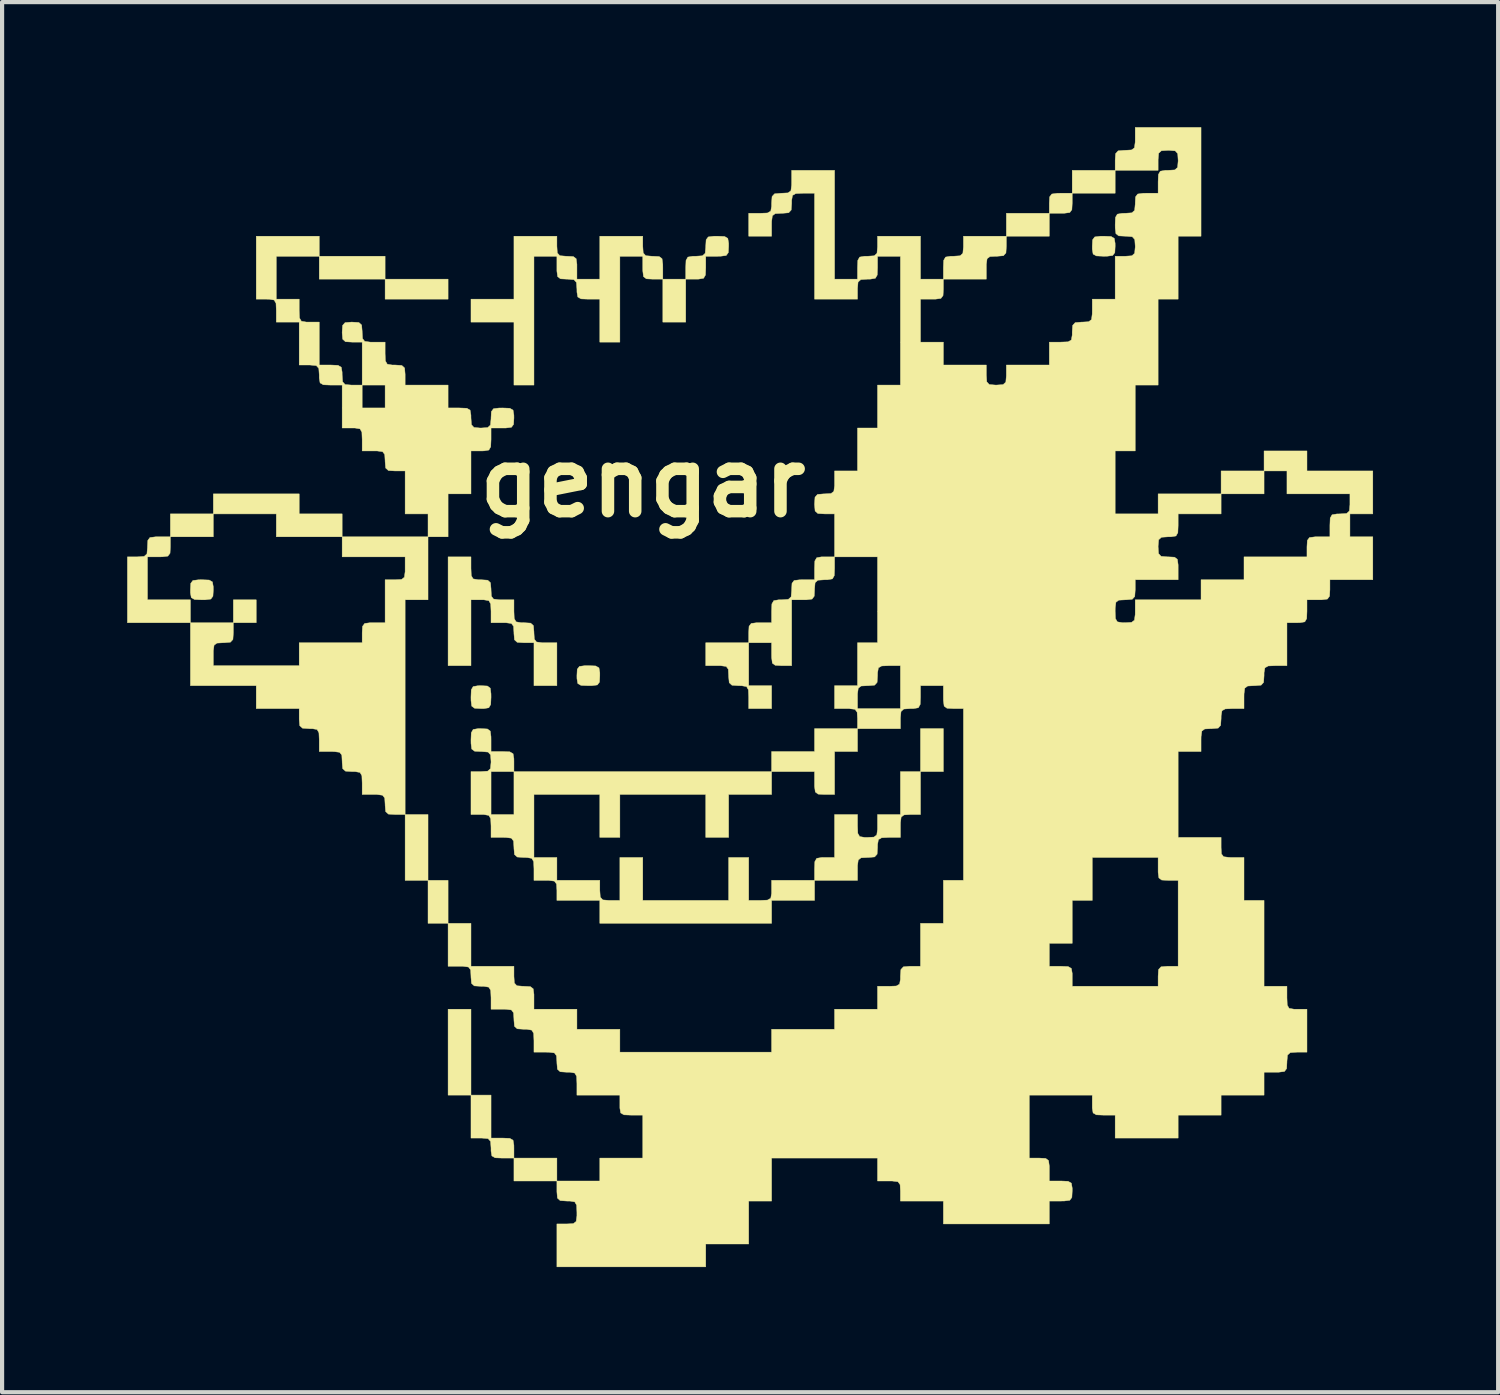
<source format=kicad_pcb>
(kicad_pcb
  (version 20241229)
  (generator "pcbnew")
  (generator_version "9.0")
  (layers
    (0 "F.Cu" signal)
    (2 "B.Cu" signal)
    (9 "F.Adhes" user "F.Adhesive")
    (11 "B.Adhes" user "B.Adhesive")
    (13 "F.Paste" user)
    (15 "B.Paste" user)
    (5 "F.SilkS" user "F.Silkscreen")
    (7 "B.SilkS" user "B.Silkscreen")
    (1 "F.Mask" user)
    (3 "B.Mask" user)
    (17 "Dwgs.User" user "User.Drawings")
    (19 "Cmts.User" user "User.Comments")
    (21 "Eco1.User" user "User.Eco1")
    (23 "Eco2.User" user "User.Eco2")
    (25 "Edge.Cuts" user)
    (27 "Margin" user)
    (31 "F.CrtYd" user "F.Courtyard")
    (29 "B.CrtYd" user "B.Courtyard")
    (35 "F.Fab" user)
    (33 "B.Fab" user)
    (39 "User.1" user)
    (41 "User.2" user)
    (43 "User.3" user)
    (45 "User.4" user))
  (footprint "gengar"
    (layer "F.Cu")
    (at 14.902 13.597)
    (property "Reference" "gengar" (at -2.54 -5.08 0) (layer "F.SilkS") (effects (font (size 1.524 1.524) (thickness 0.3))))
    (attr through_hole)
    (fp_poly (pts (xy -11.808 -1.716) (xy -12.357 -1.716) (xy -12.357 -2.265) (xy -11.808 -2.265) (xy -11.808 -1.716)) (stroke (width 0.01) (type solid)) (fill yes) (layer "F.SilkS"))
    (fp_poly (pts (xy -8.718 -9.954) (xy -10.297 -9.954) (xy -10.297 -10.503) (xy -8.718 -10.503) (xy -8.718 -9.954)) (stroke (width 0.01) (type solid)) (fill yes) (layer "F.SilkS"))
    (fp_poly (pts (xy -7.689 4.462) (xy -8.238 4.462) (xy -8.238 2.883) (xy -7.689 2.883) (xy -7.689 4.462)) (stroke (width 0.01) (type solid)) (fill yes) (layer "F.SilkS"))
    (fp_poly (pts (xy -7.208 -9.474) (xy -8.718 -9.474) (xy -8.718 -9.954) (xy -7.208 -9.954) (xy -7.208 -9.474)) (stroke (width 0.01) (type solid)) (fill yes) (layer "F.SilkS"))
    (fp_poly (pts (xy -7.208 5.492) (xy -7.689 5.492) (xy -7.689 4.462) (xy -7.208 4.462) (xy -7.208 5.492)) (stroke (width 0.01) (type solid)) (fill yes) (layer "F.SilkS"))
    (fp_poly (pts (xy -6.659 9.611) (xy -7.208 9.611) (xy -7.208 7.551) (xy -6.659 7.551) (xy -6.659 9.611)) (stroke (width 0.01) (type solid)) (fill yes) (layer "F.SilkS"))
    (fp_poly (pts (xy -4.599 11.67) (xy -5.629 11.67) (xy -5.629 11.121) (xy -4.599 11.121) (xy -4.599 11.67)) (stroke (width 0.01) (type solid)) (fill yes) (layer "F.SilkS"))
    (fp_poly (pts (xy -1.51 -8.924) (xy -2.059 -8.924) (xy -2.059 -9.954) (xy -1.51 -9.954) (xy -1.51 -8.924)) (stroke (width 0.01) (type solid)) (fill yes) (layer "F.SilkS"))
    (fp_poly (pts (xy 4.668 1.854) (xy 4.119 1.854) (xy 4.119 0.824) (xy 4.668 0.824) (xy 4.668 1.854)) (stroke (width 0.01) (type solid)) (fill yes) (layer "F.SilkS"))
    (fp_poly (pts (xy 2.609 1.373) (xy 2.059 1.373) (xy 2.059 2.403) (xy 1.819 2.403) (xy 1.665 2.394) (xy 1.597 2.343) (xy 1.579 2.209) (xy 1.579 2.128) (xy 1.579 1.854) (xy 0.549 1.854) (xy 0.549 1.373) (xy 1.579 1.373) (xy 1.579 0.824) (xy 2.609 0.824) (xy 2.609 1.373)) (stroke (width 0.01) (type solid)) (fill yes) (layer "F.SilkS"))
    (fp_poly (pts (xy -12.936 -2.739) (xy -12.858 -2.694) (xy -12.838 -2.577) (xy -12.837 -2.506) (xy -12.846 -2.352) (xy -12.897 -2.283) (xy -13.031 -2.266) (xy -13.112 -2.265) (xy -13.288 -2.273) (xy -13.366 -2.318) (xy -13.386 -2.435) (xy -13.386 -2.506) (xy -13.378 -2.66) (xy -13.327 -2.728) (xy -13.193 -2.745) (xy -13.112 -2.746) (xy -12.936 -2.739)) (stroke (width 0.01) (type solid)) (fill yes) (layer "F.SilkS"))
    (fp_poly (pts (xy -6.265 -0.198) (xy -6.196 -0.146) (xy -6.179 -0.012) (xy -6.178 0.069) (xy -6.186 0.244) (xy -6.231 0.323) (xy -6.348 0.343) (xy -6.419 0.343) (xy -6.572 0.335) (xy -6.641 0.284) (xy -6.658 0.15) (xy -6.659 0.069) (xy -6.652 -0.107) (xy -6.607 -0.185) (xy -6.49 -0.205) (xy -6.419 -0.206) (xy -6.265 -0.198)) (stroke (width 0.01) (type solid)) (fill yes) (layer "F.SilkS"))
    (fp_poly (pts (xy -3.669 -0.679) (xy -3.59 -0.634) (xy -3.57 -0.517) (xy -3.57 -0.446) (xy -3.578 -0.292) (xy -3.629 -0.224) (xy -3.763 -0.206) (xy -3.844 -0.206) (xy -4.02 -0.213) (xy -4.098 -0.258) (xy -4.118 -0.375) (xy -4.119 -0.446) (xy -4.111 -0.6) (xy -4.059 -0.668) (xy -3.925 -0.686) (xy -3.844 -0.686) (xy -3.669 -0.679)) (stroke (width 0.01) (type solid)) (fill yes) (layer "F.SilkS"))
    (fp_poly (pts (xy 8.688 -10.977) (xy 8.766 -10.932) (xy 8.786 -10.814) (xy 8.787 -10.744) (xy 8.779 -10.59) (xy 8.727 -10.521) (xy 8.593 -10.504) (xy 8.512 -10.503) (xy 8.337 -10.511) (xy 8.258 -10.555) (xy 8.238 -10.673) (xy 8.238 -10.744) (xy 8.246 -10.897) (xy 8.297 -10.966) (xy 8.431 -10.983) (xy 8.512 -10.984) (xy 8.688 -10.977)) (stroke (width 0.01) (type solid)) (fill yes) (layer "F.SilkS"))
    (fp_poly (pts (xy -6.178 10.641) (xy -5.904 10.641) (xy -5.728 10.648) (xy -5.65 10.693) (xy -5.63 10.81) (xy -5.629 10.881) (xy -5.629 11.121) (xy -5.904 11.121) (xy -6.08 11.114) (xy -6.158 11.069) (xy -6.178 10.952) (xy -6.178 10.881) (xy -6.189 10.72) (xy -6.249 10.654) (xy -6.4 10.641) (xy -6.419 10.641) (xy -6.659 10.641) (xy -6.659 9.611) (xy -6.178 9.611) (xy -6.178 10.641)) (stroke (width 0.01) (type solid)) (fill yes) (layer "F.SilkS"))
    (fp_poly (pts (xy 0 -0.206) (xy 0.549 -0.206) (xy 0.549 0.343) (xy 0 0.343) (xy 0 0.069) (xy -0.007 -0.107) (xy -0.052 -0.185) (xy -0.169 -0.205) (xy -0.24 -0.206) (xy -0.401 -0.217) (xy -0.467 -0.277) (xy -0.481 -0.428) (xy -0.481 -0.446) (xy -0.489 -0.6) (xy -0.54 -0.668) (xy -0.674 -0.686) (xy -0.755 -0.686) (xy -1.03 -0.686) (xy -1.03 -1.236) (xy 0 -1.236) (xy 0 -0.206)) (stroke (width 0.01) (type solid)) (fill yes) (layer "F.SilkS"))
    (fp_poly (pts (xy -0.579 -10.977) (xy -0.501 -10.932) (xy -0.481 -10.814) (xy -0.481 -10.744) (xy -0.489 -10.59) (xy -0.54 -10.521) (xy -0.674 -10.504) (xy -0.755 -10.503) (xy -1.03 -10.503) (xy -1.03 -10.229) (xy -1.037 -10.053) (xy -1.082 -9.975) (xy -1.199 -9.955) (xy -1.27 -9.954) (xy -1.51 -9.954) (xy -1.51 -10.229) (xy -1.503 -10.404) (xy -1.458 -10.483) (xy -1.341 -10.503) (xy -1.27 -10.503) (xy -1.109 -10.514) (xy -1.043 -10.574) (xy -1.03 -10.725) (xy -1.03 -10.744) (xy -1.021 -10.897) (xy -0.97 -10.966) (xy -0.836 -10.983) (xy -0.755 -10.984) (xy -0.579 -10.977)) (stroke (width 0.01) (type solid)) (fill yes) (layer "F.SilkS"))
    (fp_poly (pts (xy 4.119 2.883) (xy 3.879 2.883) (xy 3.725 2.892) (xy 3.656 2.943) (xy 3.639 3.077) (xy 3.638 3.158) (xy 3.638 3.432) (xy 3.364 3.432) (xy 3.188 3.44) (xy 3.11 3.485) (xy 3.09 3.602) (xy 3.089 3.673) (xy 3.079 3.834) (xy 3.019 3.9) (xy 2.867 3.913) (xy 2.849 3.913) (xy 2.695 3.921) (xy 2.627 3.973) (xy 2.609 4.107) (xy 2.609 4.188) (xy 2.609 4.462) (xy 1.579 4.462) (xy 1.579 4.188) (xy 1.586 4.012) (xy 1.631 3.934) (xy 1.748 3.914) (xy 1.819 3.913) (xy 2.059 3.913) (xy 2.059 2.883) (xy 2.609 2.883) (xy 2.609 3.158) (xy 2.616 3.334) (xy 2.661 3.412) (xy 2.778 3.432) (xy 2.849 3.432) (xy 3.003 3.424) (xy 3.071 3.373) (xy 3.089 3.239) (xy 3.089 3.158) (xy 3.089 2.883) (xy 3.638 2.883) (xy 3.638 1.854) (xy 4.119 1.854) (xy 4.119 2.883)) (stroke (width 0.01) (type solid)) (fill yes) (layer "F.SilkS"))
    (fp_poly (pts (xy 0 -1.476) (xy 0.008 -1.63) (xy 0.06 -1.698) (xy 0.194 -1.716) (xy 0.275 -1.716) (xy 0.549 -1.716) (xy 0.549 -1.991) (xy 0.556 -2.167) (xy 0.601 -2.245) (xy 0.719 -2.265) (xy 0.789 -2.265) (xy 0.95 -2.276) (xy 1.017 -2.336) (xy 1.03 -2.487) (xy 1.03 -2.506) (xy 1.038 -2.66) (xy 1.089 -2.728) (xy 1.223 -2.745) (xy 1.304 -2.746) (xy 1.579 -2.746) (xy 1.579 -3.021) (xy 1.586 -3.196) (xy 1.631 -3.274) (xy 1.748 -3.295) (xy 1.819 -3.295) (xy 2.059 -3.295) (xy 2.059 -3.021) (xy 2.052 -2.845) (xy 2.007 -2.767) (xy 1.89 -2.747) (xy 1.819 -2.746) (xy 1.658 -2.735) (xy 1.592 -2.675) (xy 1.579 -2.524) (xy 1.579 -2.506) (xy 1.571 -2.352) (xy 1.519 -2.283) (xy 1.385 -2.266) (xy 1.304 -2.265) (xy 1.03 -2.265) (xy 1.03 -0.686) (xy 0.789 -0.686) (xy 0.636 -0.695) (xy 0.567 -0.746) (xy 0.55 -0.88) (xy 0.549 -0.961) (xy 0.549 -1.236) (xy 0 -1.236) (xy 0 -1.476)) (stroke (width 0.01) (type solid)) (fill yes) (layer "F.SilkS"))
    (fp_poly (pts (xy -6.659 -3.021) (xy -6.652 -2.845) (xy -6.607 -2.767) (xy -6.49 -2.747) (xy -6.419 -2.746) (xy -6.258 -2.735) (xy -6.192 -2.675) (xy -6.178 -2.524) (xy -6.178 -2.506) (xy -6.17 -2.352) (xy -6.119 -2.283) (xy -5.985 -2.266) (xy -5.904 -2.265) (xy -5.629 -2.265) (xy -5.629 -1.991) (xy -5.622 -1.815) (xy -5.577 -1.737) (xy -5.46 -1.717) (xy -5.389 -1.716) (xy -5.228 -1.706) (xy -5.162 -1.646) (xy -5.149 -1.494) (xy -5.149 -1.476) (xy -5.14 -1.322) (xy -5.089 -1.254) (xy -4.955 -1.236) (xy -4.874 -1.236) (xy -4.599 -1.236) (xy -4.599 -0.206) (xy -5.149 -0.206) (xy -5.149 -1.236) (xy -5.389 -1.236) (xy -5.55 -1.246) (xy -5.616 -1.306) (xy -5.629 -1.458) (xy -5.629 -1.476) (xy -5.638 -1.63) (xy -5.689 -1.698) (xy -5.823 -1.716) (xy -5.904 -1.716) (xy -6.178 -1.716) (xy -6.178 -1.991) (xy -6.186 -2.167) (xy -6.231 -2.245) (xy -6.348 -2.265) (xy -6.419 -2.265) (xy -6.659 -2.265) (xy -6.659 -0.686) (xy -7.208 -0.686) (xy -7.208 -3.295) (xy -6.659 -3.295) (xy -6.659 -3.021)) (stroke (width 0.01) (type solid)) (fill yes) (layer "F.SilkS"))
    (fp_poly (pts (xy -4.599 -10.744) (xy -4.589 -10.582) (xy -4.529 -10.516) (xy -4.377 -10.503) (xy -4.359 -10.503) (xy -4.205 -10.495) (xy -4.137 -10.444) (xy -4.119 -10.31) (xy -4.119 -10.229) (xy -4.119 -9.954) (xy -3.57 -9.954) (xy -3.57 -10.984) (xy -2.54 -10.984) (xy -2.54 -10.744) (xy -2.529 -10.582) (xy -2.469 -10.516) (xy -2.318 -10.503) (xy -2.3 -10.503) (xy -2.146 -10.495) (xy -2.078 -10.444) (xy -2.06 -10.31) (xy -2.059 -10.229) (xy -2.059 -9.954) (xy -2.3 -9.954) (xy -2.454 -9.962) (xy -2.522 -10.014) (xy -2.539 -10.148) (xy -2.54 -10.229) (xy -2.54 -10.503) (xy -3.089 -10.503) (xy -3.089 -8.444) (xy -3.57 -8.444) (xy -3.57 -9.474) (xy -3.844 -9.474) (xy -4.02 -9.481) (xy -4.098 -9.526) (xy -4.118 -9.643) (xy -4.119 -9.714) (xy -4.13 -9.875) (xy -4.19 -9.941) (xy -4.341 -9.954) (xy -4.359 -9.954) (xy -4.513 -9.962) (xy -4.581 -10.014) (xy -4.599 -10.148) (xy -4.599 -10.229) (xy -4.599 -10.503) (xy -5.149 -10.503) (xy -5.149 -7.414) (xy -5.629 -7.414) (xy -5.629 -8.924) (xy -6.659 -8.924) (xy -6.659 -9.474) (xy -5.629 -9.474) (xy -5.629 -10.984) (xy -4.599 -10.984) (xy -4.599 -10.744)) (stroke (width 0.01) (type solid)) (fill yes) (layer "F.SilkS"))
    (fp_poly (pts (xy 0.549 1.854) (xy 0.549 2.403) (xy -0.481 2.403) (xy -0.481 3.432) (xy -1.03 3.432) (xy -1.03 2.403) (xy -3.089 2.403) (xy -3.089 3.432) (xy -3.57 3.432) (xy -3.57 2.403) (xy -5.149 2.403) (xy -5.149 3.913) (xy -4.599 3.913) (xy -4.599 4.462) (xy -3.57 4.462) (xy -3.57 4.702) (xy -3.559 4.863) (xy -3.499 4.93) (xy -3.348 4.943) (xy -3.329 4.943) (xy -3.089 4.943) (xy -3.089 3.913) (xy -2.54 3.913) (xy -2.54 4.943) (xy -0.481 4.943) (xy -0.481 3.913) (xy 0 3.913) (xy 0 4.943) (xy 0.275 4.943) (xy 0.45 4.935) (xy 0.529 4.891) (xy 0.549 4.773) (xy 0.549 4.702) (xy 0.549 4.462) (xy 1.579 4.462) (xy 1.579 4.943) (xy 0.549 4.943) (xy 0.549 5.492) (xy -3.57 5.492) (xy -3.57 4.943) (xy -4.599 4.943) (xy -4.599 4.702) (xy -4.608 4.549) (xy -4.659 4.48) (xy -4.793 4.463) (xy -4.874 4.462) (xy -5.149 4.462) (xy -5.149 4.188) (xy -5.156 4.012) (xy -5.201 3.934) (xy -5.318 3.914) (xy -5.389 3.913) (xy -5.55 3.902) (xy -5.616 3.842) (xy -5.629 3.691) (xy -5.629 3.673) (xy -5.638 3.519) (xy -5.689 3.45) (xy -5.823 3.433) (xy -5.904 3.432) (xy -6.178 3.432) (xy -6.178 3.158) (xy -6.186 2.982) (xy -6.231 2.904) (xy -6.348 2.884) (xy -6.419 2.883) (xy -6.659 2.883) (xy -6.659 1.854) (xy -6.419 1.854) (xy -6.178 1.854) (xy -6.178 2.883) (xy -5.629 2.883) (xy -5.629 1.854) (xy -6.178 1.854) (xy -6.419 1.854) (xy -6.258 1.843) (xy -6.192 1.783) (xy -6.178 1.632) (xy -6.178 1.613) (xy -6.189 1.452) (xy -6.249 1.386) (xy -6.4 1.373) (xy -6.419 1.373) (xy -6.572 1.365) (xy -6.641 1.313) (xy -6.658 1.179) (xy -6.659 1.098) (xy -6.652 0.923) (xy -6.607 0.844) (xy -6.49 0.824) (xy -6.419 0.824) (xy -6.265 0.832) (xy -6.196 0.883) (xy -6.179 1.017) (xy -6.178 1.098) (xy -6.178 1.373) (xy -5.904 1.373) (xy -5.728 1.38) (xy -5.65 1.425) (xy -5.63 1.542) (xy -5.629 1.613) (xy -5.629 1.854) (xy 0.549 1.854)) (stroke (width 0.01) (type solid)) (fill yes) (layer "F.SilkS"))
    (fp_poly (pts (xy -10.778 -4.325) (xy -9.748 -4.325) (xy -9.748 -3.776) (xy -7.689 -3.776) (xy -7.689 -2.265) (xy -8.238 -2.265) (xy -8.238 2.883) (xy -8.478 2.883) (xy -8.639 2.873) (xy -8.705 2.813) (xy -8.718 2.661) (xy -8.718 2.643) (xy -8.727 2.489) (xy -8.778 2.421) (xy -8.912 2.403) (xy -8.993 2.403) (xy -9.268 2.403) (xy -9.268 2.128) (xy -9.275 1.952) (xy -9.32 1.874) (xy -9.437 1.854) (xy -9.508 1.854) (xy -9.669 1.843) (xy -9.735 1.783) (xy -9.748 1.632) (xy -9.748 1.613) (xy -9.756 1.459) (xy -9.808 1.391) (xy -9.942 1.374) (xy -10.023 1.373) (xy -10.297 1.373) (xy -10.297 1.098) (xy -10.305 0.923) (xy -10.349 0.844) (xy -10.467 0.824) (xy -10.538 0.824) (xy -10.699 0.813) (xy -10.765 0.753) (xy -10.778 0.602) (xy -10.778 0.584) (xy -10.778 0.343) (xy -11.808 0.343) (xy -11.808 -0.206) (xy -13.386 -0.206) (xy -13.386 -1.716) (xy -14.897 -1.716) (xy -14.897 -3.295) (xy -14.656 -3.295) (xy -14.416 -3.295) (xy -14.416 -2.265) (xy -13.386 -2.265) (xy -13.386 -1.716) (xy -12.357 -1.716) (xy -12.357 -1.476) (xy -12.367 -1.315) (xy -12.427 -1.249) (xy -12.579 -1.236) (xy -12.597 -1.236) (xy -12.751 -1.227) (xy -12.819 -1.176) (xy -12.837 -1.042) (xy -12.837 -0.961) (xy -12.837 -0.686) (xy -10.778 -0.686) (xy -10.778 -1.236) (xy -9.268 -1.236) (xy -9.268 -1.476) (xy -9.259 -1.63) (xy -9.208 -1.698) (xy -9.074 -1.716) (xy -8.993 -1.716) (xy -8.718 -1.716) (xy -8.718 -2.746) (xy -8.478 -2.746) (xy -8.324 -2.754) (xy -8.256 -2.806) (xy -8.238 -2.94) (xy -8.238 -3.021) (xy -8.238 -3.295) (xy -9.748 -3.295) (xy -9.748 -3.776) (xy -11.327 -3.776) (xy -11.327 -4.325) (xy -12.837 -4.325) (xy -12.837 -3.776) (xy -13.867 -3.776) (xy -13.867 -3.535) (xy -13.875 -3.382) (xy -13.927 -3.313) (xy -14.061 -3.296) (xy -14.142 -3.295) (xy -14.416 -3.295) (xy -14.656 -3.295) (xy -14.495 -3.306) (xy -14.429 -3.366) (xy -14.416 -3.517) (xy -14.416 -3.535) (xy -14.408 -3.689) (xy -14.357 -3.758) (xy -14.223 -3.775) (xy -14.142 -3.776) (xy -13.867 -3.776) (xy -13.867 -4.325) (xy -12.837 -4.325) (xy -12.837 -4.805) (xy -10.778 -4.805) (xy -10.778 -4.325)) (stroke (width 0.01) (type solid)) (fill yes) (layer "F.SilkS"))
    (fp_poly (pts (xy -10.297 -10.503) (xy -11.327 -10.503) (xy -11.327 -9.474) (xy -10.778 -9.474) (xy -10.778 -9.199) (xy -10.771 -9.023) (xy -10.726 -8.945) (xy -10.608 -8.925) (xy -10.538 -8.924) (xy -10.297 -8.924) (xy -10.297 -7.895) (xy -10.023 -7.895) (xy -9.847 -7.887) (xy -9.769 -7.842) (xy -9.749 -7.725) (xy -9.748 -7.654) (xy -9.737 -7.493) (xy -9.678 -7.427) (xy -9.526 -7.414) (xy -9.508 -7.414) (xy -9.268 -7.414) (xy -9.268 -6.865) (xy -8.718 -6.865) (xy -8.718 -7.414) (xy -9.268 -7.414) (xy -9.268 -8.444) (xy -9.508 -8.444) (xy -9.669 -8.454) (xy -9.735 -8.514) (xy -9.748 -8.666) (xy -9.748 -8.684) (xy -9.737 -8.845) (xy -9.678 -8.911) (xy -9.526 -8.924) (xy -9.508 -8.924) (xy -9.347 -8.914) (xy -9.281 -8.854) (xy -9.268 -8.702) (xy -9.268 -8.684) (xy -9.259 -8.53) (xy -9.208 -8.462) (xy -9.074 -8.444) (xy -8.993 -8.444) (xy -8.718 -8.444) (xy -8.718 -8.169) (xy -8.711 -7.993) (xy -8.666 -7.915) (xy -8.549 -7.895) (xy -8.478 -7.895) (xy -8.317 -7.884) (xy -8.251 -7.824) (xy -8.238 -7.673) (xy -8.238 -7.654) (xy -8.238 -7.414) (xy -7.208 -7.414) (xy -7.208 -6.865) (xy -6.934 -6.865) (xy -6.758 -6.858) (xy -6.68 -6.813) (xy -6.66 -6.695) (xy -6.659 -6.625) (xy -6.648 -6.464) (xy -6.588 -6.398) (xy -6.437 -6.384) (xy -6.419 -6.384) (xy -6.258 -6.395) (xy -6.192 -6.455) (xy -6.178 -6.606) (xy -6.178 -6.625) (xy -6.17 -6.778) (xy -6.119 -6.847) (xy -5.985 -6.864) (xy -5.904 -6.865) (xy -5.728 -6.858) (xy -5.65 -6.813) (xy -5.63 -6.695) (xy -5.629 -6.625) (xy -5.638 -6.471) (xy -5.689 -6.402) (xy -5.823 -6.385) (xy -5.904 -6.384) (xy -6.178 -6.384) (xy -6.178 -6.11) (xy -6.186 -5.934) (xy -6.231 -5.856) (xy -6.348 -5.836) (xy -6.419 -5.835) (xy -6.659 -5.835) (xy -6.659 -4.805) (xy -7.208 -4.805) (xy -7.208 -3.776) (xy -7.689 -3.776) (xy -7.689 -4.325) (xy -8.238 -4.325) (xy -8.238 -5.355) (xy -8.478 -5.355) (xy -8.639 -5.365) (xy -8.705 -5.425) (xy -8.718 -5.577) (xy -8.718 -5.595) (xy -8.727 -5.749) (xy -8.778 -5.817) (xy -8.912 -5.835) (xy -8.993 -5.835) (xy -9.268 -5.835) (xy -9.268 -6.11) (xy -9.275 -6.286) (xy -9.32 -6.364) (xy -9.437 -6.384) (xy -9.508 -6.384) (xy -9.748 -6.384) (xy -9.748 -7.414) (xy -10.023 -7.414) (xy -10.199 -7.421) (xy -10.277 -7.466) (xy -10.297 -7.583) (xy -10.297 -7.654) (xy -10.308 -7.815) (xy -10.368 -7.881) (xy -10.519 -7.895) (xy -10.538 -7.895) (xy -10.778 -7.895) (xy -10.778 -8.924) (xy -11.327 -8.924) (xy -11.327 -9.199) (xy -11.334 -9.375) (xy -11.379 -9.453) (xy -11.496 -9.473) (xy -11.567 -9.474) (xy -11.808 -9.474) (xy -11.808 -10.984) (xy -10.297 -10.984) (xy -10.297 -10.503)) (stroke (width 0.01) (type solid)) (fill yes) (layer "F.SilkS"))
    (fp_poly (pts (xy 2.059 -4.325) (xy 1.819 -4.325) (xy 1.658 -4.335) (xy 1.592 -4.395) (xy 1.579 -4.547) (xy 1.579 -4.565) (xy 1.59 -4.726) (xy 1.65 -4.792) (xy 1.801 -4.805) (xy 1.819 -4.805) (xy 1.973 -4.814) (xy 2.041 -4.865) (xy 2.059 -4.999) (xy 2.059 -5.08) (xy 2.059 -5.355) (xy 2.609 -5.355) (xy 2.609 -6.384) (xy 3.089 -6.384) (xy 3.089 -7.414) (xy 3.638 -7.414) (xy 3.638 -9.474) (xy 4.119 -9.474) (xy 4.119 -8.444) (xy 4.668 -8.444) (xy 4.668 -7.895) (xy 5.698 -7.895) (xy 5.698 -7.654) (xy 5.708 -7.493) (xy 5.768 -7.427) (xy 5.92 -7.414) (xy 5.938 -7.414) (xy 6.099 -7.425) (xy 6.165 -7.485) (xy 6.178 -7.636) (xy 6.178 -7.654) (xy 6.178 -7.895) (xy 7.208 -7.895) (xy 7.208 -8.444) (xy 7.483 -8.444) (xy 7.659 -8.451) (xy 7.737 -8.496) (xy 7.757 -8.613) (xy 7.757 -8.684) (xy 7.768 -8.845) (xy 7.828 -8.911) (xy 7.979 -8.924) (xy 7.998 -8.924) (xy 8.151 -8.933) (xy 8.22 -8.984) (xy 8.237 -9.118) (xy 8.238 -9.199) (xy 8.238 -9.474) (xy 8.787 -9.474) (xy 8.787 -10.503) (xy 9.027 -10.503) (xy 9.188 -10.514) (xy 9.254 -10.574) (xy 9.268 -10.725) (xy 9.268 -10.744) (xy 9.257 -10.905) (xy 9.197 -10.971) (xy 9.046 -10.984) (xy 9.027 -10.984) (xy 8.873 -10.992) (xy 8.805 -11.043) (xy 8.788 -11.177) (xy 8.787 -11.258) (xy 8.794 -11.434) (xy 8.839 -11.512) (xy 8.956 -11.532) (xy 9.027 -11.533) (xy 9.188 -11.544) (xy 9.254 -11.604) (xy 9.268 -11.755) (xy 9.268 -11.773) (xy 9.276 -11.927) (xy 9.327 -11.995) (xy 9.461 -12.013) (xy 9.542 -12.014) (xy 9.817 -12.014) (xy 9.817 -12.288) (xy 9.824 -12.464) (xy 9.869 -12.542) (xy 9.986 -12.562) (xy 10.057 -12.563) (xy 10.218 -12.573) (xy 10.284 -12.633) (xy 10.297 -12.785) (xy 10.297 -12.803) (xy 10.287 -12.964) (xy 10.227 -13.03) (xy 10.075 -13.043) (xy 10.057 -13.043) (xy 9.896 -13.033) (xy 9.83 -12.973) (xy 9.817 -12.821) (xy 9.817 -12.803) (xy 9.817 -12.563) (xy 8.787 -12.563) (xy 8.787 -12.014) (xy 7.757 -12.014) (xy 7.757 -11.773) (xy 7.749 -11.619) (xy 7.698 -11.551) (xy 7.564 -11.534) (xy 7.483 -11.533) (xy 7.208 -11.533) (xy 7.208 -10.984) (xy 6.178 -10.984) (xy 6.178 -10.744) (xy 6.168 -10.582) (xy 6.108 -10.516) (xy 5.956 -10.503) (xy 5.938 -10.503) (xy 5.784 -10.495) (xy 5.716 -10.444) (xy 5.698 -10.31) (xy 5.698 -10.229) (xy 5.698 -9.954) (xy 4.668 -9.954) (xy 4.668 -9.714) (xy 4.66 -9.56) (xy 4.608 -9.492) (xy 4.475 -9.474) (xy 4.394 -9.474) (xy 4.119 -9.474) (xy 3.638 -9.474) (xy 3.638 -10.503) (xy 3.089 -10.503) (xy 3.089 -10.229) (xy 3.082 -10.053) (xy 3.037 -9.975) (xy 2.92 -9.955) (xy 2.849 -9.954) (xy 2.688 -9.943) (xy 2.622 -9.883) (xy 2.609 -9.732) (xy 2.609 -9.714) (xy 2.609 -9.474) (xy 1.579 -9.474) (xy 1.579 -12.014) (xy 1.304 -12.014) (xy 1.129 -12.006) (xy 1.05 -11.961) (xy 1.03 -11.844) (xy 1.03 -11.773) (xy 1.019 -11.612) (xy 0.959 -11.546) (xy 0.808 -11.533) (xy 0.789 -11.533) (xy 0.636 -11.525) (xy 0.567 -11.473) (xy 0.55 -11.339) (xy 0.549 -11.258) (xy 0.549 -10.984) (xy 0 -10.984) (xy 0 -11.533) (xy 0.275 -11.533) (xy 0.45 -11.54) (xy 0.529 -11.585) (xy 0.549 -11.702) (xy 0.549 -11.773) (xy 0.56 -11.934) (xy 0.62 -12) (xy 0.771 -12.013) (xy 0.789 -12.014) (xy 0.943 -12.022) (xy 1.012 -12.073) (xy 1.029 -12.207) (xy 1.03 -12.288) (xy 1.03 -12.563) (xy 2.059 -12.563) (xy 2.059 -9.954) (xy 2.609 -9.954) (xy 2.609 -10.229) (xy 2.616 -10.404) (xy 2.661 -10.483) (xy 2.778 -10.503) (xy 2.849 -10.503) (xy 3.01 -10.514) (xy 3.076 -10.574) (xy 3.089 -10.725) (xy 3.089 -10.744) (xy 3.089 -10.984) (xy 4.119 -10.984) (xy 4.119 -9.954) (xy 4.668 -9.954) (xy 4.668 -10.229) (xy 4.675 -10.404) (xy 4.72 -10.483) (xy 4.837 -10.503) (xy 4.908 -10.503) (xy 5.069 -10.514) (xy 5.135 -10.574) (xy 5.149 -10.725) (xy 5.149 -10.744) (xy 5.149 -10.984) (xy 6.178 -10.984) (xy 6.178 -11.533) (xy 7.208 -11.533) (xy 7.208 -11.773) (xy 7.216 -11.927) (xy 7.268 -11.995) (xy 7.402 -12.013) (xy 7.483 -12.014) (xy 7.757 -12.014) (xy 7.757 -12.563) (xy 8.787 -12.563) (xy 8.787 -12.803) (xy 8.798 -12.964) (xy 8.858 -13.03) (xy 9.009 -13.043) (xy 9.027 -13.043) (xy 9.181 -13.052) (xy 9.249 -13.103) (xy 9.267 -13.237) (xy 9.268 -13.318) (xy 9.268 -13.592) (xy 10.846 -13.592) (xy 10.846 -10.984) (xy 10.297 -10.984) (xy 10.297 -9.474) (xy 9.817 -9.474) (xy 9.817 -7.414) (xy 9.268 -7.414) (xy 9.268 -5.835) (xy 8.787 -5.835) (xy 8.787 -4.325) (xy 9.817 -4.325) (xy 9.817 -4.805) (xy 11.327 -4.805) (xy 11.327 -5.355) (xy 12.357 -5.355) (xy 12.357 -5.835) (xy 13.386 -5.835) (xy 13.386 -5.355) (xy 14.965 -5.355) (xy 14.965 -4.325) (xy 14.416 -4.325) (xy 14.416 -3.776) (xy 14.965 -3.776) (xy 14.965 -2.746) (xy 13.936 -2.746) (xy 13.936 -2.506) (xy 13.927 -2.352) (xy 13.876 -2.283) (xy 13.742 -2.266) (xy 13.661 -2.265) (xy 13.386 -2.265) (xy 13.386 -1.991) (xy 13.379 -1.815) (xy 13.334 -1.737) (xy 13.217 -1.717) (xy 13.146 -1.716) (xy 12.906 -1.716) (xy 12.906 -0.686) (xy 12.631 -0.686) (xy 12.456 -0.679) (xy 12.377 -0.634) (xy 12.357 -0.517) (xy 12.357 -0.446) (xy 12.346 -0.285) (xy 12.286 -0.219) (xy 12.135 -0.206) (xy 12.116 -0.206) (xy 11.963 -0.198) (xy 11.894 -0.146) (xy 11.877 -0.012) (xy 11.876 0.069) (xy 11.876 0.343) (xy 11.602 0.343) (xy 11.426 0.351) (xy 11.348 0.395) (xy 11.328 0.513) (xy 11.327 0.584) (xy 11.316 0.745) (xy 11.256 0.811) (xy 11.105 0.824) (xy 11.087 0.824) (xy 10.933 0.832) (xy 10.865 0.883) (xy 10.847 1.017) (xy 10.846 1.098) (xy 10.846 1.373) (xy 10.297 1.373) (xy 10.297 3.432) (xy 11.327 3.432) (xy 11.327 3.673) (xy 11.335 3.827) (xy 11.387 3.895) (xy 11.521 3.912) (xy 11.602 3.913) (xy 11.876 3.913) (xy 11.876 4.943) (xy 12.357 4.943) (xy 12.357 7.002) (xy 12.906 7.002) (xy 12.906 7.277) (xy 12.913 7.453) (xy 12.958 7.531) (xy 13.075 7.551) (xy 13.146 7.551) (xy 13.386 7.551) (xy 13.386 8.581) (xy 13.146 8.581) (xy 12.985 8.592) (xy 12.919 8.652) (xy 12.906 8.803) (xy 12.906 8.821) (xy 12.898 8.975) (xy 12.846 9.044) (xy 12.712 9.061) (xy 12.631 9.062) (xy 12.357 9.062) (xy 12.357 9.611) (xy 11.327 9.611) (xy 11.327 10.091) (xy 10.297 10.091) (xy 10.297 10.641) (xy 8.787 10.641) (xy 8.787 10.091) (xy 8.512 10.091) (xy 8.337 10.084) (xy 8.258 10.039) (xy 8.238 9.922) (xy 8.238 9.851) (xy 8.238 9.611) (xy 6.728 9.611) (xy 6.728 11.121) (xy 6.968 11.121) (xy 7.122 11.129) (xy 7.19 11.181) (xy 7.208 11.315) (xy 7.208 11.396) (xy 7.208 11.67) (xy 7.483 11.67) (xy 7.659 11.678) (xy 7.737 11.722) (xy 7.757 11.84) (xy 7.757 11.911) (xy 7.749 12.064) (xy 7.698 12.133) (xy 7.564 12.15) (xy 7.483 12.151) (xy 7.208 12.151) (xy 7.208 12.7) (xy 4.668 12.7) (xy 4.668 12.151) (xy 3.638 12.151) (xy 3.638 11.911) (xy 3.63 11.757) (xy 3.579 11.688) (xy 3.445 11.671) (xy 3.364 11.67) (xy 3.089 11.67) (xy 3.089 11.121) (xy 0.549 11.121) (xy 0.549 12.151) (xy 0 12.151) (xy 0 13.181) (xy -1.03 13.181) (xy -1.03 13.73) (xy -4.599 13.73) (xy -4.599 12.7) (xy -4.359 12.7) (xy -4.205 12.692) (xy -4.137 12.64) (xy -4.119 12.506) (xy -4.119 12.425) (xy -4.126 12.25) (xy -4.171 12.171) (xy -4.288 12.151) (xy -4.359 12.151) (xy -4.52 12.14) (xy -4.586 12.08) (xy -4.599 11.929) (xy -4.599 11.911) (xy -4.599 11.67) (xy -3.57 11.67) (xy -3.57 11.121) (xy -2.54 11.121) (xy -2.54 10.091) (xy -2.815 10.091) (xy -2.99 10.084) (xy -3.069 10.039) (xy -3.089 9.922) (xy -3.089 9.851) (xy -3.089 9.611) (xy -4.119 9.611) (xy -4.119 9.336) (xy -4.126 9.16) (xy -4.171 9.082) (xy -4.288 9.062) (xy -4.359 9.062) (xy -4.52 9.051) (xy -4.586 8.991) (xy -4.599 8.84) (xy -4.599 8.821) (xy -4.608 8.668) (xy -4.659 8.599) (xy -4.793 8.582) (xy -4.874 8.581) (xy -5.149 8.581) (xy -5.149 8.306) (xy -5.156 8.131) (xy -5.201 8.053) (xy -5.318 8.033) (xy -5.389 8.032) (xy -5.55 8.021) (xy -5.616 7.961) (xy -5.629 7.81) (xy -5.629 7.792) (xy -5.638 7.638) (xy -5.689 7.569) (xy -5.823 7.552) (xy -5.904 7.551) (xy -6.178 7.551) (xy -6.178 7.277) (xy -6.186 7.101) (xy -6.231 7.023) (xy -6.348 7.003) (xy -6.419 7.002) (xy -6.58 6.992) (xy -6.646 6.932) (xy -6.659 6.78) (xy -6.659 6.762) (xy -6.667 6.608) (xy -6.719 6.54) (xy -6.852 6.522) (xy -6.934 6.522) (xy -7.208 6.522) (xy -7.208 5.492) (xy -6.659 5.492) (xy -6.659 6.522) (xy -5.629 6.522) (xy -5.629 6.762) (xy -5.619 6.923) (xy -5.559 6.989) (xy -5.407 7.002) (xy -5.389 7.002) (xy -5.235 7.01) (xy -5.167 7.062) (xy -5.149 7.196) (xy -5.149 7.277) (xy -5.149 7.551) (xy -4.119 7.551) (xy -4.119 8.032) (xy -3.089 8.032) (xy -3.089 8.581) (xy 0.549 8.581) (xy 0.549 8.032) (xy 2.059 8.032) (xy 2.059 7.551) (xy 3.089 7.551) (xy 3.089 7.002) (xy 3.364 7.002) (xy 3.54 6.995) (xy 3.618 6.95) (xy 3.638 6.833) (xy 3.638 6.762) (xy 3.649 6.601) (xy 3.709 6.535) (xy 3.86 6.522) (xy 3.879 6.522) (xy 4.119 6.522) (xy 4.119 5.972) (xy 7.208 5.972) (xy 7.208 6.522) (xy 7.483 6.522) (xy 7.659 6.529) (xy 7.737 6.574) (xy 7.757 6.691) (xy 7.757 6.762) (xy 7.757 7.002) (xy 9.817 7.002) (xy 9.817 6.762) (xy 9.827 6.601) (xy 9.887 6.535) (xy 10.039 6.522) (xy 10.057 6.522) (xy 10.297 6.522) (xy 10.297 4.462) (xy 10.057 4.462) (xy 9.903 4.454) (xy 9.835 4.403) (xy 9.817 4.269) (xy 9.817 4.188) (xy 9.817 3.913) (xy 8.238 3.913) (xy 8.238 4.943) (xy 7.757 4.943) (xy 7.757 5.972) (xy 7.208 5.972) (xy 4.119 5.972) (xy 4.119 5.492) (xy 4.668 5.492) (xy 4.668 4.462) (xy 5.149 4.462) (xy 5.149 0.343) (xy 4.908 0.343) (xy 4.755 0.335) (xy 4.686 0.284) (xy 4.669 0.15) (xy 4.668 0.069) (xy 4.668 -0.206) (xy 4.119 -0.206) (xy 4.119 0.069) (xy 4.112 0.244) (xy 4.067 0.323) (xy 3.95 0.343) (xy 3.879 0.343) (xy 3.718 0.354) (xy 3.652 0.414) (xy 3.638 0.565) (xy 3.638 0.584) (xy 3.638 0.824) (xy 2.609 0.824) (xy 2.609 0.584) (xy 2.6 0.43) (xy 2.549 0.361) (xy 2.415 0.344) (xy 2.334 0.343) (xy 2.059 0.343) (xy 2.059 0.069) (xy 2.609 0.069) (xy 2.609 0.343) (xy 3.638 0.343) (xy 3.638 -0.686) (xy 3.364 -0.686) (xy 3.188 -0.679) (xy 3.11 -0.634) (xy 3.09 -0.517) (xy 3.089 -0.446) (xy 3.079 -0.285) (xy 3.019 -0.219) (xy 2.867 -0.206) (xy 2.849 -0.206) (xy 2.695 -0.198) (xy 2.627 -0.146) (xy 2.609 -0.012) (xy 2.609 0.069) (xy 2.059 0.069) (xy 2.059 -0.206) (xy 2.609 -0.206) (xy 2.609 -1.236) (xy 3.089 -1.236) (xy 3.089 -1.991) (xy 8.787 -1.991) (xy 8.794 -1.815) (xy 8.839 -1.737) (xy 8.956 -1.717) (xy 9.027 -1.716) (xy 9.181 -1.725) (xy 9.249 -1.776) (xy 9.267 -1.91) (xy 9.268 -1.991) (xy 9.268 -2.265) (xy 10.846 -2.265) (xy 10.846 -2.746) (xy 11.876 -2.746) (xy 11.876 -3.295) (xy 13.386 -3.295) (xy 13.386 -3.535) (xy 13.395 -3.689) (xy 13.446 -3.758) (xy 13.58 -3.775) (xy 13.661 -3.776) (xy 13.936 -3.776) (xy 13.936 -4.05) (xy 13.943 -4.226) (xy 13.988 -4.304) (xy 14.105 -4.324) (xy 14.176 -4.325) (xy 14.337 -4.335) (xy 14.403 -4.395) (xy 14.416 -4.547) (xy 14.416 -4.565) (xy 14.416 -4.805) (xy 12.906 -4.805) (xy 12.906 -5.355) (xy 12.357 -5.355) (xy 12.357 -4.805) (xy 11.327 -4.805) (xy 11.327 -4.325) (xy 10.297 -4.325) (xy 10.297 -4.05) (xy 10.29 -3.874) (xy 10.245 -3.796) (xy 10.128 -3.776) (xy 10.057 -3.776) (xy 9.896 -3.765) (xy 9.83 -3.705) (xy 9.817 -3.554) (xy 9.817 -3.535) (xy 9.827 -3.374) (xy 9.887 -3.308) (xy 10.039 -3.295) (xy 10.057 -3.295) (xy 10.211 -3.287) (xy 10.279 -3.235) (xy 10.297 -3.102) (xy 10.297 -3.021) (xy 10.297 -2.746) (xy 9.268 -2.746) (xy 9.268 -2.506) (xy 9.257 -2.345) (xy 9.197 -2.279) (xy 9.046 -2.265) (xy 9.027 -2.265) (xy 8.873 -2.257) (xy 8.805 -2.206) (xy 8.788 -2.072) (xy 8.787 -1.991) (xy 3.089 -1.991) (xy 3.089 -3.295) (xy 2.059 -3.295) (xy 2.059 -4.325)) (stroke (width 0.01) (type solid)) (fill yes) (layer "F.SilkS")))
  (gr_rect
    (start -3 -3)
    (end 32.872 30.332)
    (stroke (width 0.1) (type default))
    (fill no)
    (layer "Edge.Cuts")))
</source>
